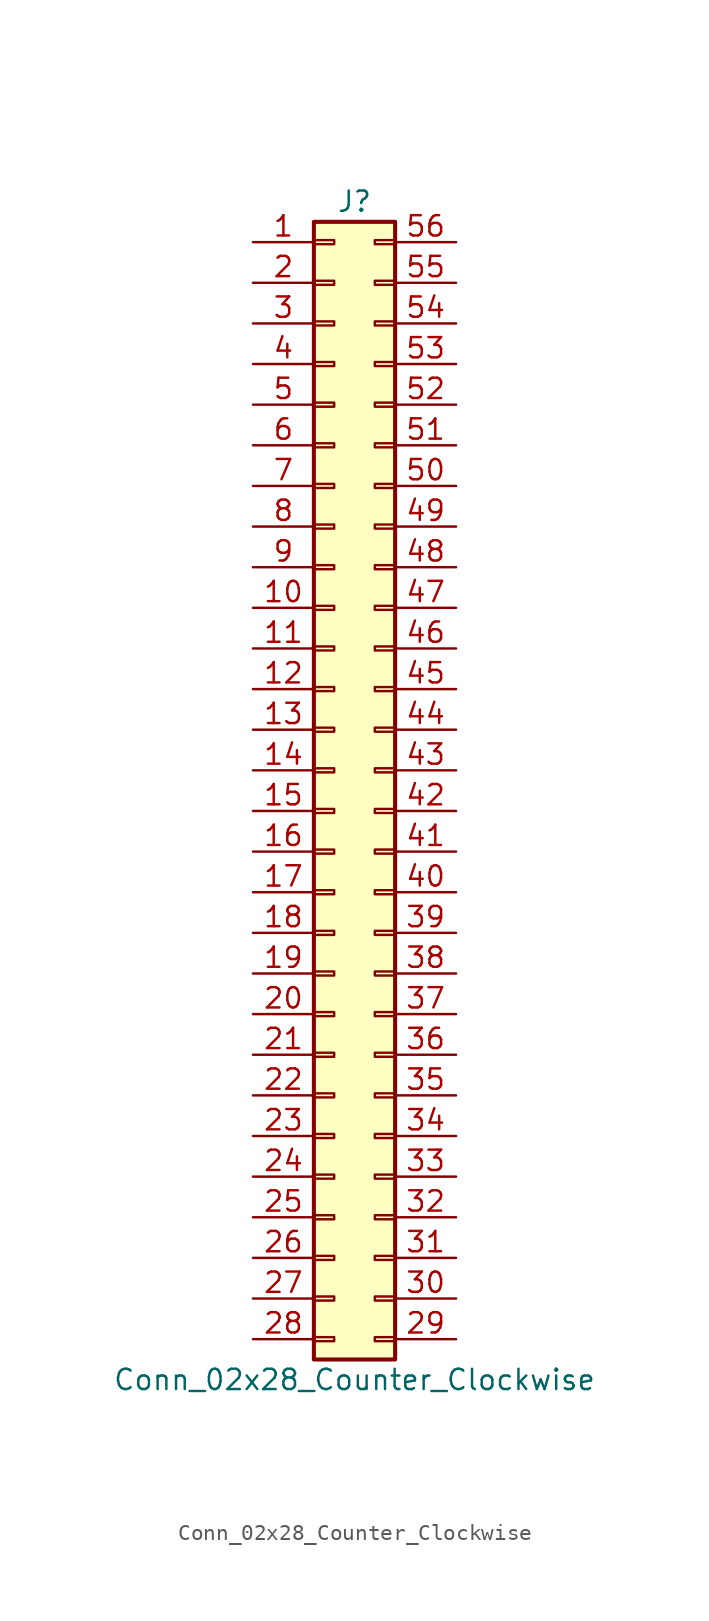
<source format=kicad_sym>
(kicad_symbol_lib
  (version 20211014)
  (generator kicad_symbol_editor)
  (symbol "Conn_02x28_Counter_Clockwise"
    (pin_names
      (offset 1.016) hide)
    (property "Reference" "J"
      (at 1.27 35.56 0)
      (effects (font (size 1.27 1.27))))
    (property "Value" "Conn_02x28_Counter_Clockwise"
      (at 1.27 -38.1 0)
      (effects (font (size 1.27 1.27))))
    (symbol "Conn_02x28_Counter_Clockwise_1_1"
      (rectangle (start -1.27 -35.433) (end 0 -35.687) (stroke (width 0.152) (type default) (color 0 0 0 0)) (fill (type none)))
      (rectangle (start -1.27 -32.893) (end 0 -33.147) (stroke (width 0.152) (type default) (color 0 0 0 0)) (fill (type none)))
      (rectangle (start -1.27 -30.353) (end 0 -30.607) (stroke (width 0.152) (type default) (color 0 0 0 0)) (fill (type none)))
      (rectangle (start -1.27 -27.813) (end 0 -28.067) (stroke (width 0.152) (type default) (color 0 0 0 0)) (fill (type none)))
      (rectangle (start -1.27 -25.273) (end 0 -25.527) (stroke (width 0.152) (type default) (color 0 0 0 0)) (fill (type none)))
      (rectangle (start -1.27 -22.733) (end 0 -22.987) (stroke (width 0.152) (type default) (color 0 0 0 0)) (fill (type none)))
      (rectangle (start -1.27 -20.193) (end 0 -20.447) (stroke (width 0.152) (type default) (color 0 0 0 0)) (fill (type none)))
      (rectangle (start -1.27 -17.653) (end 0 -17.907) (stroke (width 0.152) (type default) (color 0 0 0 0)) (fill (type none)))
      (rectangle (start -1.27 -15.113) (end 0 -15.367) (stroke (width 0.152) (type default) (color 0 0 0 0)) (fill (type none)))
      (rectangle (start -1.27 -12.573) (end 0 -12.827) (stroke (width 0.152) (type default) (color 0 0 0 0)) (fill (type none)))
      (rectangle (start -1.27 -10.033) (end 0 -10.287) (stroke (width 0.152) (type default) (color 0 0 0 0)) (fill (type none)))
      (rectangle (start -1.27 -7.493) (end 0 -7.747) (stroke (width 0.152) (type default) (color 0 0 0 0)) (fill (type none)))
      (rectangle (start -1.27 -4.953) (end 0 -5.207) (stroke (width 0.152) (type default) (color 0 0 0 0)) (fill (type none)))
      (rectangle (start -1.27 -2.413) (end 0 -2.667) (stroke (width 0.152) (type default) (color 0 0 0 0)) (fill (type none)))
      (rectangle (start -1.27 0.127) (end 0 -0.127) (stroke (width 0.152) (type default) (color 0 0 0 0)) (fill (type none)))
      (rectangle (start -1.27 2.667) (end 0 2.413) (stroke (width 0.152) (type default) (color 0 0 0 0)) (fill (type none)))
      (rectangle (start -1.27 5.207) (end 0 4.953) (stroke (width 0.152) (type default) (color 0 0 0 0)) (fill (type none)))
      (rectangle (start -1.27 7.747) (end 0 7.493) (stroke (width 0.152) (type default) (color 0 0 0 0)) (fill (type none)))
      (rectangle (start -1.27 10.287) (end 0 10.033) (stroke (width 0.152) (type default) (color 0 0 0 0)) (fill (type none)))
      (rectangle (start -1.27 12.827) (end 0 12.573) (stroke (width 0.152) (type default) (color 0 0 0 0)) (fill (type none)))
      (rectangle (start -1.27 15.367) (end 0 15.113) (stroke (width 0.152) (type default) (color 0 0 0 0)) (fill (type none)))
      (rectangle (start -1.27 17.907) (end 0 17.653) (stroke (width 0.152) (type default) (color 0 0 0 0)) (fill (type none)))
      (rectangle (start -1.27 20.447) (end 0 20.193) (stroke (width 0.152) (type default) (color 0 0 0 0)) (fill (type none)))
      (rectangle (start -1.27 22.987) (end 0 22.733) (stroke (width 0.152) (type default) (color 0 0 0 0)) (fill (type none)))
      (rectangle (start -1.27 25.527) (end 0 25.273) (stroke (width 0.152) (type default) (color 0 0 0 0)) (fill (type none)))
      (rectangle (start -1.27 28.067) (end 0 27.813) (stroke (width 0.152) (type default) (color 0 0 0 0)) (fill (type none)))
      (rectangle (start -1.27 30.607) (end 0 30.353) (stroke (width 0.152) (type default) (color 0 0 0 0)) (fill (type none)))
      (rectangle (start -1.27 33.147) (end 0 32.893) (stroke (width 0.152) (type default) (color 0 0 0 0)) (fill (type none)))
      (rectangle (start -1.27 34.29) (end 3.81 -36.83) (stroke (width 0.254) (type default) (color 0 0 0 0)) (fill (type background)))
      (rectangle (start 3.81 -35.433) (end 2.54 -35.687) (stroke (width 0.152) (type default) (color 0 0 0 0)) (fill (type none)))
      (rectangle (start 3.81 -32.893) (end 2.54 -33.147) (stroke (width 0.152) (type default) (color 0 0 0 0)) (fill (type none)))
      (rectangle (start 3.81 -30.353) (end 2.54 -30.607) (stroke (width 0.152) (type default) (color 0 0 0 0)) (fill (type none)))
      (rectangle (start 3.81 -27.813) (end 2.54 -28.067) (stroke (width 0.152) (type default) (color 0 0 0 0)) (fill (type none)))
      (rectangle (start 3.81 -25.273) (end 2.54 -25.527) (stroke (width 0.152) (type default) (color 0 0 0 0)) (fill (type none)))
      (rectangle (start 3.81 -22.733) (end 2.54 -22.987) (stroke (width 0.152) (type default) (color 0 0 0 0)) (fill (type none)))
      (rectangle (start 3.81 -20.193) (end 2.54 -20.447) (stroke (width 0.152) (type default) (color 0 0 0 0)) (fill (type none)))
      (rectangle (start 3.81 -17.653) (end 2.54 -17.907) (stroke (width 0.152) (type default) (color 0 0 0 0)) (fill (type none)))
      (rectangle (start 3.81 -15.113) (end 2.54 -15.367) (stroke (width 0.152) (type default) (color 0 0 0 0)) (fill (type none)))
      (rectangle (start 3.81 -12.573) (end 2.54 -12.827) (stroke (width 0.152) (type default) (color 0 0 0 0)) (fill (type none)))
      (rectangle (start 3.81 -10.033) (end 2.54 -10.287) (stroke (width 0.152) (type default) (color 0 0 0 0)) (fill (type none)))
      (rectangle (start 3.81 -7.493) (end 2.54 -7.747) (stroke (width 0.152) (type default) (color 0 0 0 0)) (fill (type none)))
      (rectangle (start 3.81 -4.953) (end 2.54 -5.207) (stroke (width 0.152) (type default) (color 0 0 0 0)) (fill (type none)))
      (rectangle (start 3.81 -2.413) (end 2.54 -2.667) (stroke (width 0.152) (type default) (color 0 0 0 0)) (fill (type none)))
      (rectangle (start 3.81 0.127) (end 2.54 -0.127) (stroke (width 0.152) (type default) (color 0 0 0 0)) (fill (type none)))
      (rectangle (start 3.81 2.667) (end 2.54 2.413) (stroke (width 0.152) (type default) (color 0 0 0 0)) (fill (type none)))
      (rectangle (start 3.81 5.207) (end 2.54 4.953) (stroke (width 0.152) (type default) (color 0 0 0 0)) (fill (type none)))
      (rectangle (start 3.81 7.747) (end 2.54 7.493) (stroke (width 0.152) (type default) (color 0 0 0 0)) (fill (type none)))
      (rectangle (start 3.81 10.287) (end 2.54 10.033) (stroke (width 0.152) (type default) (color 0 0 0 0)) (fill (type none)))
      (rectangle (start 3.81 12.827) (end 2.54 12.573) (stroke (width 0.152) (type default) (color 0 0 0 0)) (fill (type none)))
      (rectangle (start 3.81 15.367) (end 2.54 15.113) (stroke (width 0.152) (type default) (color 0 0 0 0)) (fill (type none)))
      (rectangle (start 3.81 17.907) (end 2.54 17.653) (stroke (width 0.152) (type default) (color 0 0 0 0)) (fill (type none)))
      (rectangle (start 3.81 20.447) (end 2.54 20.193) (stroke (width 0.152) (type default) (color 0 0 0 0)) (fill (type none)))
      (rectangle (start 3.81 22.987) (end 2.54 22.733) (stroke (width 0.152) (type default) (color 0 0 0 0)) (fill (type none)))
      (rectangle (start 3.81 25.527) (end 2.54 25.273) (stroke (width 0.152) (type default) (color 0 0 0 0)) (fill (type none)))
      (rectangle (start 3.81 28.067) (end 2.54 27.813) (stroke (width 0.152) (type default) (color 0 0 0 0)) (fill (type none)))
      (rectangle (start 3.81 30.607) (end 2.54 30.353) (stroke (width 0.152) (type default) (color 0 0 0 0)) (fill (type none)))
      (rectangle (start 3.81 33.147) (end 2.54 32.893) (stroke (width 0.152) (type default) (color 0 0 0 0)) (fill (type none)))
      (pin passive line (at -5.08 33.02 0) (length 3.81) (name "Pin_1" (effects (font (size 1.27 1.27)))) (number "1" (effects (font (size 1.27 1.27)))))
      (pin passive line (at -5.08 10.16 0) (length 3.81) (name "Pin_10" (effects (font (size 1.27 1.27)))) (number "10" (effects (font (size 1.27 1.27)))))
      (pin passive line (at -5.08 7.62 0) (length 3.81) (name "Pin_11" (effects (font (size 1.27 1.27)))) (number "11" (effects (font (size 1.27 1.27)))))
      (pin passive line (at -5.08 5.08 0) (length 3.81) (name "Pin_12" (effects (font (size 1.27 1.27)))) (number "12" (effects (font (size 1.27 1.27)))))
      (pin passive line (at -5.08 2.54 0) (length 3.81) (name "Pin_13" (effects (font (size 1.27 1.27)))) (number "13" (effects (font (size 1.27 1.27)))))
      (pin passive line (at -5.08 0 0) (length 3.81) (name "Pin_14" (effects (font (size 1.27 1.27)))) (number "14" (effects (font (size 1.27 1.27)))))
      (pin passive line (at -5.08 -2.54 0) (length 3.81) (name "Pin_15" (effects (font (size 1.27 1.27)))) (number "15" (effects (font (size 1.27 1.27)))))
      (pin passive line (at -5.08 -5.08 0) (length 3.81) (name "Pin_16" (effects (font (size 1.27 1.27)))) (number "16" (effects (font (size 1.27 1.27)))))
      (pin passive line (at -5.08 -7.62 0) (length 3.81) (name "Pin_17" (effects (font (size 1.27 1.27)))) (number "17" (effects (font (size 1.27 1.27)))))
      (pin passive line (at -5.08 -10.16 0) (length 3.81) (name "Pin_18" (effects (font (size 1.27 1.27)))) (number "18" (effects (font (size 1.27 1.27)))))
      (pin passive line (at -5.08 -12.7 0) (length 3.81) (name "Pin_19" (effects (font (size 1.27 1.27)))) (number "19" (effects (font (size 1.27 1.27)))))
      (pin passive line (at -5.08 30.48 0) (length 3.81) (name "Pin_2" (effects (font (size 1.27 1.27)))) (number "2" (effects (font (size 1.27 1.27)))))
      (pin passive line (at -5.08 -15.24 0) (length 3.81) (name "Pin_20" (effects (font (size 1.27 1.27)))) (number "20" (effects (font (size 1.27 1.27)))))
      (pin passive line (at -5.08 -17.78 0) (length 3.81) (name "Pin_21" (effects (font (size 1.27 1.27)))) (number "21" (effects (font (size 1.27 1.27)))))
      (pin passive line (at -5.08 -20.32 0) (length 3.81) (name "Pin_22" (effects (font (size 1.27 1.27)))) (number "22" (effects (font (size 1.27 1.27)))))
      (pin passive line (at -5.08 -22.86 0) (length 3.81) (name "Pin_23" (effects (font (size 1.27 1.27)))) (number "23" (effects (font (size 1.27 1.27)))))
      (pin passive line (at -5.08 -25.4 0) (length 3.81) (name "Pin_24" (effects (font (size 1.27 1.27)))) (number "24" (effects (font (size 1.27 1.27)))))
      (pin passive line (at -5.08 -27.94 0) (length 3.81) (name "Pin_25" (effects (font (size 1.27 1.27)))) (number "25" (effects (font (size 1.27 1.27)))))
      (pin passive line (at -5.08 -30.48 0) (length 3.81) (name "Pin_26" (effects (font (size 1.27 1.27)))) (number "26" (effects (font (size 1.27 1.27)))))
      (pin passive line (at -5.08 -33.02 0) (length 3.81) (name "Pin_27" (effects (font (size 1.27 1.27)))) (number "27" (effects (font (size 1.27 1.27)))))
      (pin passive line (at -5.08 -35.56 0) (length 3.81) (name "Pin_28" (effects (font (size 1.27 1.27)))) (number "28" (effects (font (size 1.27 1.27)))))
      (pin passive line (at 7.62 -35.56 180) (length 3.81) (name "Pin_29" (effects (font (size 1.27 1.27)))) (number "29" (effects (font (size 1.27 1.27)))))
      (pin passive line (at -5.08 27.94 0) (length 3.81) (name "Pin_3" (effects (font (size 1.27 1.27)))) (number "3" (effects (font (size 1.27 1.27)))))
      (pin passive line (at 7.62 -33.02 180) (length 3.81) (name "Pin_30" (effects (font (size 1.27 1.27)))) (number "30" (effects (font (size 1.27 1.27)))))
      (pin passive line (at 7.62 -30.48 180) (length 3.81) (name "Pin_31" (effects (font (size 1.27 1.27)))) (number "31" (effects (font (size 1.27 1.27)))))
      (pin passive line (at 7.62 -27.94 180) (length 3.81) (name "Pin_32" (effects (font (size 1.27 1.27)))) (number "32" (effects (font (size 1.27 1.27)))))
      (pin passive line (at 7.62 -25.4 180) (length 3.81) (name "Pin_33" (effects (font (size 1.27 1.27)))) (number "33" (effects (font (size 1.27 1.27)))))
      (pin passive line (at 7.62 -22.86 180) (length 3.81) (name "Pin_34" (effects (font (size 1.27 1.27)))) (number "34" (effects (font (size 1.27 1.27)))))
      (pin passive line (at 7.62 -20.32 180) (length 3.81) (name "Pin_35" (effects (font (size 1.27 1.27)))) (number "35" (effects (font (size 1.27 1.27)))))
      (pin passive line (at 7.62 -17.78 180) (length 3.81) (name "Pin_36" (effects (font (size 1.27 1.27)))) (number "36" (effects (font (size 1.27 1.27)))))
      (pin passive line (at 7.62 -15.24 180) (length 3.81) (name "Pin_37" (effects (font (size 1.27 1.27)))) (number "37" (effects (font (size 1.27 1.27)))))
      (pin passive line (at 7.62 -12.7 180) (length 3.81) (name "Pin_38" (effects (font (size 1.27 1.27)))) (number "38" (effects (font (size 1.27 1.27)))))
      (pin passive line (at 7.62 -10.16 180) (length 3.81) (name "Pin_39" (effects (font (size 1.27 1.27)))) (number "39" (effects (font (size 1.27 1.27)))))
      (pin passive line (at -5.08 25.4 0) (length 3.81) (name "Pin_4" (effects (font (size 1.27 1.27)))) (number "4" (effects (font (size 1.27 1.27)))))
      (pin passive line (at 7.62 -7.62 180) (length 3.81) (name "Pin_40" (effects (font (size 1.27 1.27)))) (number "40" (effects (font (size 1.27 1.27)))))
      (pin passive line (at 7.62 -5.08 180) (length 3.81) (name "Pin_41" (effects (font (size 1.27 1.27)))) (number "41" (effects (font (size 1.27 1.27)))))
      (pin passive line (at 7.62 -2.54 180) (length 3.81) (name "Pin_42" (effects (font (size 1.27 1.27)))) (number "42" (effects (font (size 1.27 1.27)))))
      (pin passive line (at 7.62 0 180) (length 3.81) (name "Pin_43" (effects (font (size 1.27 1.27)))) (number "43" (effects (font (size 1.27 1.27)))))
      (pin passive line (at 7.62 2.54 180) (length 3.81) (name "Pin_44" (effects (font (size 1.27 1.27)))) (number "44" (effects (font (size 1.27 1.27)))))
      (pin passive line (at 7.62 5.08 180) (length 3.81) (name "Pin_45" (effects (font (size 1.27 1.27)))) (number "45" (effects (font (size 1.27 1.27)))))
      (pin passive line (at 7.62 7.62 180) (length 3.81) (name "Pin_46" (effects (font (size 1.27 1.27)))) (number "46" (effects (font (size 1.27 1.27)))))
      (pin passive line (at 7.62 10.16 180) (length 3.81) (name "Pin_47" (effects (font (size 1.27 1.27)))) (number "47" (effects (font (size 1.27 1.27)))))
      (pin passive line (at 7.62 12.7 180) (length 3.81) (name "Pin_48" (effects (font (size 1.27 1.27)))) (number "48" (effects (font (size 1.27 1.27)))))
      (pin passive line (at 7.62 15.24 180) (length 3.81) (name "Pin_49" (effects (font (size 1.27 1.27)))) (number "49" (effects (font (size 1.27 1.27)))))
      (pin passive line (at -5.08 22.86 0) (length 3.81) (name "Pin_5" (effects (font (size 1.27 1.27)))) (number "5" (effects (font (size 1.27 1.27)))))
      (pin passive line (at 7.62 17.78 180) (length 3.81) (name "Pin_50" (effects (font (size 1.27 1.27)))) (number "50" (effects (font (size 1.27 1.27)))))
      (pin passive line (at 7.62 20.32 180) (length 3.81) (name "Pin_51" (effects (font (size 1.27 1.27)))) (number "51" (effects (font (size 1.27 1.27)))))
      (pin passive line (at 7.62 22.86 180) (length 3.81) (name "Pin_52" (effects (font (size 1.27 1.27)))) (number "52" (effects (font (size 1.27 1.27)))))
      (pin passive line (at 7.62 25.4 180) (length 3.81) (name "Pin_53" (effects (font (size 1.27 1.27)))) (number "53" (effects (font (size 1.27 1.27)))))
      (pin passive line (at 7.62 27.94 180) (length 3.81) (name "Pin_54" (effects (font (size 1.27 1.27)))) (number "54" (effects (font (size 1.27 1.27)))))
      (pin passive line (at 7.62 30.48 180) (length 3.81) (name "Pin_55" (effects (font (size 1.27 1.27)))) (number "55" (effects (font (size 1.27 1.27)))))
      (pin passive line (at 7.62 33.02 180) (length 3.81) (name "Pin_56" (effects (font (size 1.27 1.27)))) (number "56" (effects (font (size 1.27 1.27)))))
      (pin passive line (at -5.08 20.32 0) (length 3.81) (name "Pin_6" (effects (font (size 1.27 1.27)))) (number "6" (effects (font (size 1.27 1.27)))))
      (pin passive line (at -5.08 17.78 0) (length 3.81) (name "Pin_7" (effects (font (size 1.27 1.27)))) (number "7" (effects (font (size 1.27 1.27)))))
      (pin passive line (at -5.08 15.24 0) (length 3.81) (name "Pin_8" (effects (font (size 1.27 1.27)))) (number "8" (effects (font (size 1.27 1.27)))))
      (pin passive line (at -5.08 12.7 0) (length 3.81) (name "Pin_9" (effects (font (size 1.27 1.27)))) (number "9" (effects (font (size 1.27 1.27))))))))
</source>
